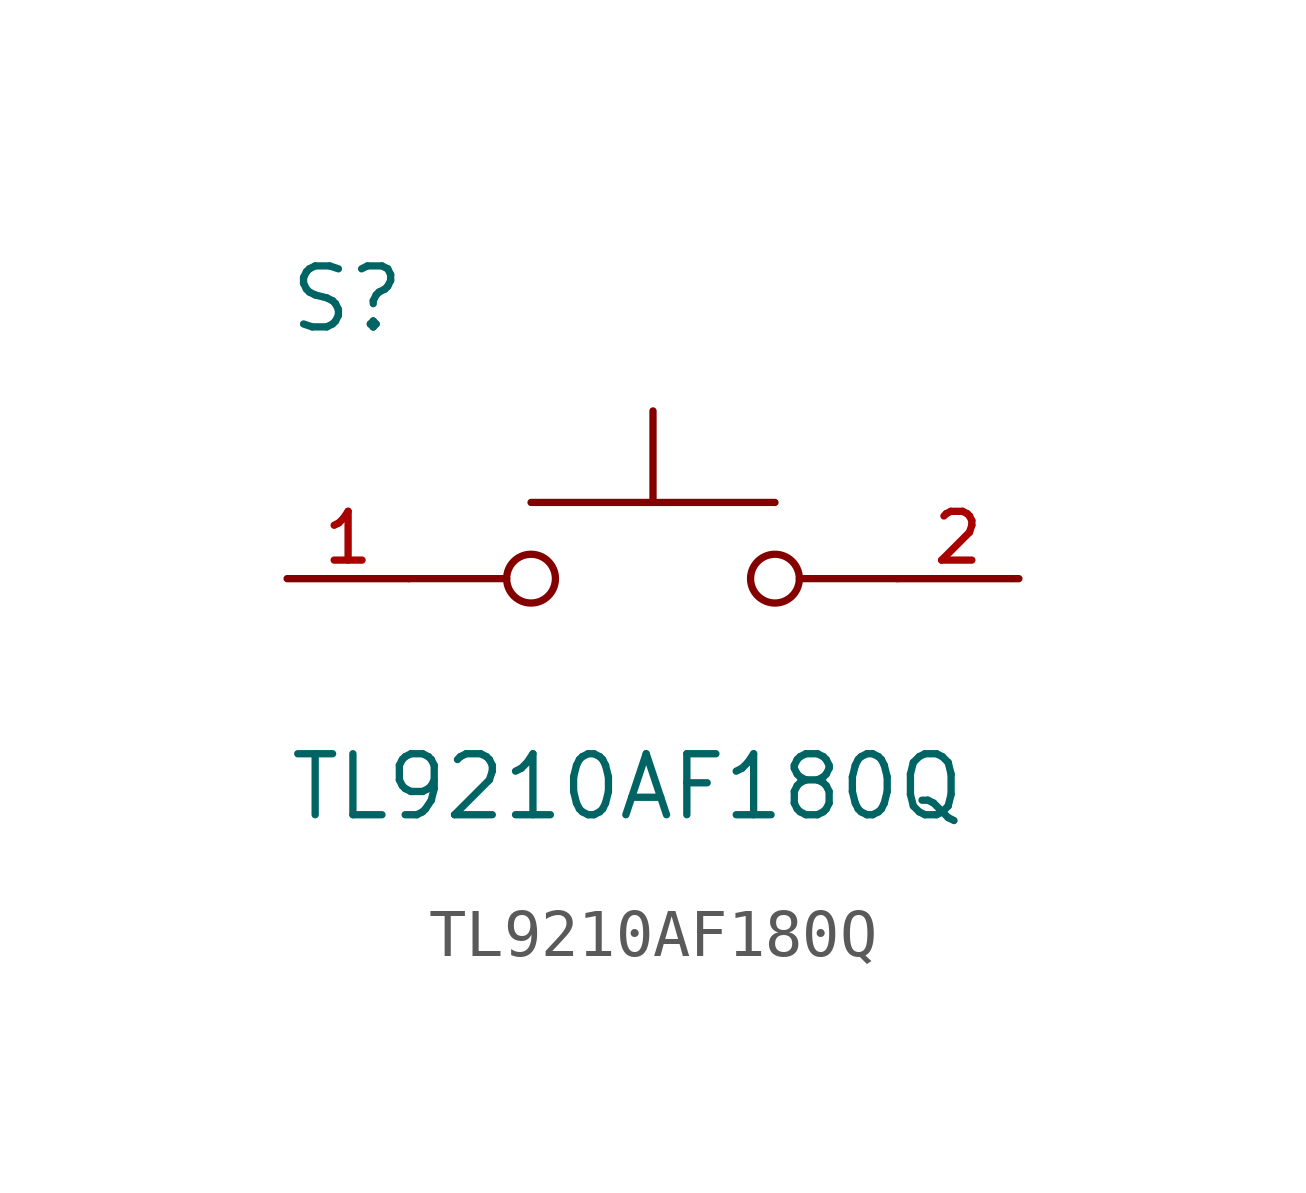
<source format=kicad_sym>
(kicad_symbol_lib
  (version 20211014)
  (generator kicad_symbol_editor)
  (symbol "TL9210AF180Q"
    (pin_names
      (offset 1.016))
    (property "Reference" "S"
      (at -7.62 5.08 0)
      (effects (font (size 1.27 1.27)) (justify bottom left)))
    (property "Value" "TL9210AF180Q"
      (at -7.62 -5.08 0)
      (effects (font (size 1.27 1.27)) (justify bottom left)))
    (symbol "TL9210AF180Q_0_0"
      (circle (center 2.54 0.0) (radius 0.508) (stroke (width 0.152)) (fill (type none)))
      (polyline (pts (xy 5.08 0.0) (xy 3.048 0.0)) (stroke (width 0.152)))
      (polyline (pts (xy -5.08 0.0) (xy -3.048 0.0)) (stroke (width 0.152)))
      (circle (center -2.54 0.0) (radius 0.508) (stroke (width 0.152)) (fill (type none)))
      (polyline (pts (xy -2.54 1.587) (xy 2.54 1.587)) (stroke (width 0.152)))
      (polyline (pts (xy 0.0 1.587) (xy 0.0 3.493)) (stroke (width 0.152)))
      (pin passive line (at -7.62 0.0 0) (length 2.54) (name "~" (effects (font (size 1.016 1.016)))) (number "1" (effects (font (size 1.016 1.016)))))
      (pin passive line (at 7.62 0.0 180.0) (length 2.54) (name "~" (effects (font (size 1.016 1.016)))) (number "2" (effects (font (size 1.016 1.016))))))))
</source>
